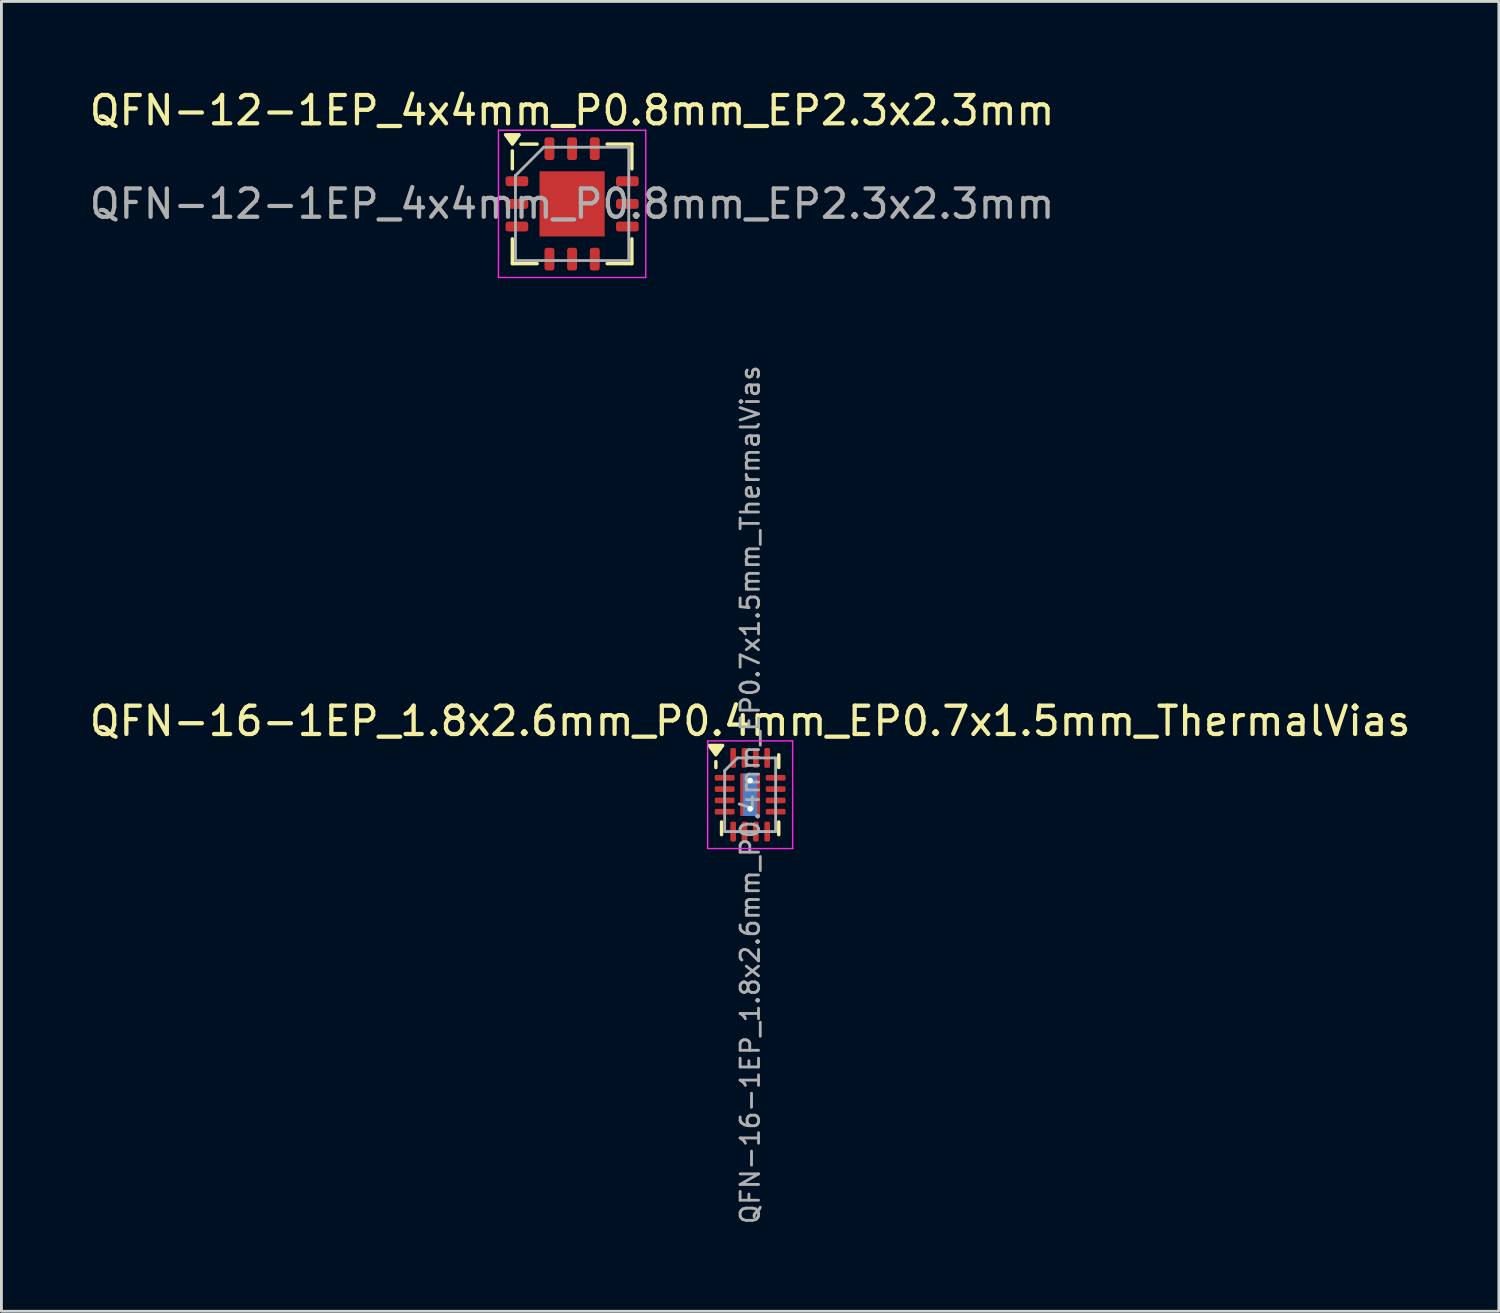
<source format=kicad_pcb>
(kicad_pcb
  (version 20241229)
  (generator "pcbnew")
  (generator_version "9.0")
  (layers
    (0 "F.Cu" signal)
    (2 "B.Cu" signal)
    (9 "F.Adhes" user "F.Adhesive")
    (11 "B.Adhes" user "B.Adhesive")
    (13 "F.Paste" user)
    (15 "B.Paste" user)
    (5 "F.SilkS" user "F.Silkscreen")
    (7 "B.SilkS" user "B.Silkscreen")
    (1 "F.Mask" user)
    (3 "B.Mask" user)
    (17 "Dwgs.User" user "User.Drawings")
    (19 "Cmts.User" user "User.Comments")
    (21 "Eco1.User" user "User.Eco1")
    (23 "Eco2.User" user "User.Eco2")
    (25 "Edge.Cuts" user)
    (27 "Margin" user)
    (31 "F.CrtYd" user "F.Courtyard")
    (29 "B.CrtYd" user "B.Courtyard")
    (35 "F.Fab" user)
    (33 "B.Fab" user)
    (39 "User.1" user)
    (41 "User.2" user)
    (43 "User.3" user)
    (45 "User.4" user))
  (footprint "QFN-12-1EP_4x4mm_P0.8mm_EP2.3x2.3mm"
    (layer "F.Cu")
    (at 17.149 4.148)
    (property "Reference" "QFN-12-1EP_4x4mm_P0.8mm_EP2.3x2.3mm" (at 0 -3.3 0) (layer "F.SilkS") (effects (font (size 1 1) (thickness 0.15))))
    (attr smd)
    (fp_line (start -2.11 -1.235) (end -2.11 -1.87) (stroke (width 0.12) (type solid)) (layer "F.SilkS"))
    (fp_line (start -2.11 2.11) (end -2.11 1.235) (stroke (width 0.12) (type solid)) (layer "F.SilkS"))
    (fp_line (start -1.235 -2.11) (end -1.81 -2.11) (stroke (width 0.12) (type solid)) (layer "F.SilkS"))
    (fp_line (start -1.235 2.11) (end -2.11 2.11) (stroke (width 0.12) (type solid)) (layer "F.SilkS"))
    (fp_line (start 1.235 -2.11) (end 2.11 -2.11) (stroke (width 0.12) (type solid)) (layer "F.SilkS"))
    (fp_line (start 1.235 2.11) (end 2.11 2.11) (stroke (width 0.12) (type solid)) (layer "F.SilkS"))
    (fp_line (start 2.11 -2.11) (end 2.11 -1.235) (stroke (width 0.12) (type solid)) (layer "F.SilkS"))
    (fp_line (start 2.11 2.11) (end 2.11 1.235) (stroke (width 0.12) (type solid)) (layer "F.SilkS"))
    (fp_poly (pts (xy -2.11 -2.11) (xy -2.35 -2.44) (xy -1.87 -2.44) (xy -2.11 -2.11)) (stroke (width 0.12) (type solid)) (fill yes) (layer "F.SilkS"))
    (fp_line (start -2.6 -2.6) (end -2.6 2.6) (stroke (width 0.05) (type solid)) (layer "F.CrtYd"))
    (fp_line (start -2.6 2.6) (end 2.6 2.6) (stroke (width 0.05) (type solid)) (layer "F.CrtYd"))
    (fp_line (start 2.6 -2.6) (end -2.6 -2.6) (stroke (width 0.05) (type solid)) (layer "F.CrtYd"))
    (fp_line (start 2.6 2.6) (end 2.6 -2.6) (stroke (width 0.05) (type solid)) (layer "F.CrtYd"))
    (fp_line (start -2 -1) (end -1 -2) (stroke (width 0.1) (type solid)) (layer "F.Fab"))
    (fp_line (start -2 2) (end -2 -1) (stroke (width 0.1) (type solid)) (layer "F.Fab"))
    (fp_line (start -1 -2) (end 2 -2) (stroke (width 0.1) (type solid)) (layer "F.Fab"))
    (fp_line (start 2 -2) (end 2 2) (stroke (width 0.1) (type solid)) (layer "F.Fab"))
    (fp_line (start 2 2) (end -2 2) (stroke (width 0.1) (type solid)) (layer "F.Fab"))
    (fp_text user "${REFERENCE}" (at 0 0 0) (layer "F.Fab") (effects (font (size 1 1) (thickness 0.15))))
    (pad "" smd roundrect (at -0.575 -0.575) (size 0.93 0.93) (layers "F.Paste") (roundrect_rratio 0.25))
    (pad "" smd roundrect (at -0.575 0.575) (size 0.93 0.93) (layers "F.Paste") (roundrect_rratio 0.25))
    (pad "" smd roundrect (at 0.575 -0.575) (size 0.93 0.93) (layers "F.Paste") (roundrect_rratio 0.25))
    (pad "" smd roundrect (at 0.575 0.575) (size 0.93 0.93) (layers "F.Paste") (roundrect_rratio 0.25))
    (pad "1" smd roundrect (at -1.95 -0.8) (size 0.8 0.35) (layers "F.Cu" "F.Mask" "F.Paste") (roundrect_rratio 0.25))
    (pad "2" smd roundrect (at -1.95 0) (size 0.8 0.35) (layers "F.Cu" "F.Mask" "F.Paste") (roundrect_rratio 0.25))
    (pad "3" smd roundrect (at -1.95 0.8) (size 0.8 0.35) (layers "F.Cu" "F.Mask" "F.Paste") (roundrect_rratio 0.25))
    (pad "4" smd roundrect (at -0.8 1.95) (size 0.35 0.8) (layers "F.Cu" "F.Mask" "F.Paste") (roundrect_rratio 0.25))
    (pad "5" smd roundrect (at 0 1.95) (size 0.35 0.8) (layers "F.Cu" "F.Mask" "F.Paste") (roundrect_rratio 0.25))
    (pad "6" smd roundrect (at 0.8 1.95) (size 0.35 0.8) (layers "F.Cu" "F.Mask" "F.Paste") (roundrect_rratio 0.25))
    (pad "7" smd roundrect (at 1.95 0.8) (size 0.8 0.35) (layers "F.Cu" "F.Mask" "F.Paste") (roundrect_rratio 0.25))
    (pad "8" smd roundrect (at 1.95 0) (size 0.8 0.35) (layers "F.Cu" "F.Mask" "F.Paste") (roundrect_rratio 0.25))
    (pad "9" smd roundrect (at 1.95 -0.8) (size 0.8 0.35) (layers "F.Cu" "F.Mask" "F.Paste") (roundrect_rratio 0.25))
    (pad "10" smd roundrect (at 0.8 -1.95) (size 0.35 0.8) (layers "F.Cu" "F.Mask" "F.Paste") (roundrect_rratio 0.25))
    (pad "11" smd roundrect (at 0 -1.95) (size 0.35 0.8) (layers "F.Cu" "F.Mask" "F.Paste") (roundrect_rratio 0.25))
    (pad "12" smd roundrect (at -0.8 -1.95) (size 0.35 0.8) (layers "F.Cu" "F.Mask" "F.Paste") (roundrect_rratio 0.25))
    (pad "13" smd rect (at 0 0) (size 2.3 2.3) (property pad_prop_heatsink) (layers "F.Cu" "F.Mask")))
  (footprint "QFN-16-1EP_1.8x2.6mm_P0.4mm_EP0.7x1.5mm_ThermalVias"
    (layer "F.Cu")
    (at 23.435 25.009)
    (property "Reference" "QFN-16-1EP_1.8x2.6mm_P0.4mm_EP0.7x1.5mm_ThermalVias" (at 0 -2.6 0) (layer "F.SilkS") (effects (font (size 1 1) (thickness 0.15))))
    (attr smd)
    (fp_line (start -1.21 -0.96) (end -1.21 -1.17) (stroke (width 0.12) (type solid)) (layer "F.SilkS"))
    (fp_line (start -1.01 1.41) (end -1.01 0.96) (stroke (width 0.12) (type solid)) (layer "F.SilkS"))
    (fp_line (start 1.01 -1.41) (end 1.01 -0.96) (stroke (width 0.12) (type solid)) (layer "F.SilkS"))
    (fp_line (start 1.01 1.41) (end 1.01 0.96) (stroke (width 0.12) (type solid)) (layer "F.SilkS"))
    (fp_poly (pts (xy -1.21 -1.41) (xy -1.45 -1.74) (xy -0.97 -1.74) (xy -1.21 -1.41)) (stroke (width 0.12) (type solid)) (fill yes) (layer "F.SilkS"))
    (fp_line (start -1.5 -1.9) (end -1.5 1.9) (stroke (width 0.05) (type solid)) (layer "F.CrtYd"))
    (fp_line (start -1.5 1.9) (end 1.5 1.9) (stroke (width 0.05) (type solid)) (layer "F.CrtYd"))
    (fp_line (start 1.5 -1.9) (end -1.5 -1.9) (stroke (width 0.05) (type solid)) (layer "F.CrtYd"))
    (fp_line (start 1.5 1.9) (end 1.5 -1.9) (stroke (width 0.05) (type solid)) (layer "F.CrtYd"))
    (fp_line (start -0.9 -0.85) (end -0.45 -1.3) (stroke (width 0.1) (type solid)) (layer "F.Fab"))
    (fp_line (start -0.9 1.3) (end -0.9 -0.85) (stroke (width 0.1) (type solid)) (layer "F.Fab"))
    (fp_line (start -0.45 -1.3) (end 0.9 -1.3) (stroke (width 0.1) (type solid)) (layer "F.Fab"))
    (fp_line (start 0.9 -1.3) (end 0.9 1.3) (stroke (width 0.1) (type solid)) (layer "F.Fab"))
    (fp_line (start 0.9 1.3) (end -0.9 1.3) (stroke (width 0.1) (type solid)) (layer "F.Fab"))
    (fp_text user "${REFERENCE}" (at 0 0 90) (layer "F.Fab") (effects (font (size 0.65 0.65) (thickness 0.1))))
    (pad "" smd roundrect (at 0 -0.375) (size 0.61 0.65) (layers "F.Paste") (roundrect_rratio 0.25))
    (pad "" smd roundrect (at 0 0.375) (size 0.61 0.65) (layers "F.Paste") (roundrect_rratio 0.25))
    (pad "1" smd roundrect (at -0.9 -0.6) (size 0.7 0.2) (layers "F.Cu" "F.Mask" "F.Paste") (roundrect_rratio 0.25))
    (pad "2" smd roundrect (at -0.9 -0.2) (size 0.7 0.2) (layers "F.Cu" "F.Mask" "F.Paste") (roundrect_rratio 0.25))
    (pad "3" smd roundrect (at -0.9 0.2) (size 0.7 0.2) (layers "F.Cu" "F.Mask" "F.Paste") (roundrect_rratio 0.25))
    (pad "4" smd roundrect (at -0.9 0.6) (size 0.7 0.2) (layers "F.Cu" "F.Mask" "F.Paste") (roundrect_rratio 0.25))
    (pad "5" smd roundrect (at -0.6 1.3) (size 0.2 0.7) (layers "F.Cu" "F.Mask" "F.Paste") (roundrect_rratio 0.25))
    (pad "6" smd roundrect (at -0.2 1.3) (size 0.2 0.7) (layers "F.Cu" "F.Mask" "F.Paste") (roundrect_rratio 0.25))
    (pad "7" smd roundrect (at 0.2 1.3) (size 0.2 0.7) (layers "F.Cu" "F.Mask" "F.Paste") (roundrect_rratio 0.25))
    (pad "8" smd roundrect (at 0.6 1.3) (size 0.2 0.7) (layers "F.Cu" "F.Mask" "F.Paste") (roundrect_rratio 0.25))
    (pad "9" smd roundrect (at 0.9 0.6) (size 0.7 0.2) (layers "F.Cu" "F.Mask" "F.Paste") (roundrect_rratio 0.25))
    (pad "10" smd roundrect (at 0.9 0.2) (size 0.7 0.2) (layers "F.Cu" "F.Mask" "F.Paste") (roundrect_rratio 0.25))
    (pad "11" smd roundrect (at 0.9 -0.2) (size 0.7 0.2) (layers "F.Cu" "F.Mask" "F.Paste") (roundrect_rratio 0.25))
    (pad "12" smd roundrect (at 0.9 -0.6) (size 0.7 0.2) (layers "F.Cu" "F.Mask" "F.Paste") (roundrect_rratio 0.25))
    (pad "13" smd roundrect (at 0.6 -1.3) (size 0.2 0.7) (layers "F.Cu" "F.Mask" "F.Paste") (roundrect_rratio 0.25))
    (pad "14" smd roundrect (at 0.2 -1.3) (size 0.2 0.7) (layers "F.Cu" "F.Mask" "F.Paste") (roundrect_rratio 0.25))
    (pad "15" smd roundrect (at -0.2 -1.3) (size 0.2 0.7) (layers "F.Cu" "F.Mask" "F.Paste") (roundrect_rratio 0.25))
    (pad "16" smd roundrect (at -0.6 -1.3) (size 0.2 0.7) (layers "F.Cu" "F.Mask" "F.Paste") (roundrect_rratio 0.25))
    (pad "17" thru_hole circle (at 0 -0.5) (size 0.5 0.5) (drill 0.2) (property pad_prop_heatsink) (layers "*.Cu"))
    (pad "17" smd rect (at 0 0) (size 0.5 1.5) (property pad_prop_heatsink) (layers "B.Cu"))
    (pad "17" smd rect (at 0 0) (size 0.7 1.5) (property pad_prop_heatsink) (layers "F.Cu" "F.Mask"))
    (pad "17" thru_hole circle (at 0 0.5) (size 0.5 0.5) (drill 0.2) (property pad_prop_heatsink) (layers "*.Cu")))
  (gr_rect
    (start -3 -3)
    (end 49.869 43.246)
    (stroke (width 0.1) (type default))
    (fill no)
    (layer "Edge.Cuts")))
</source>
